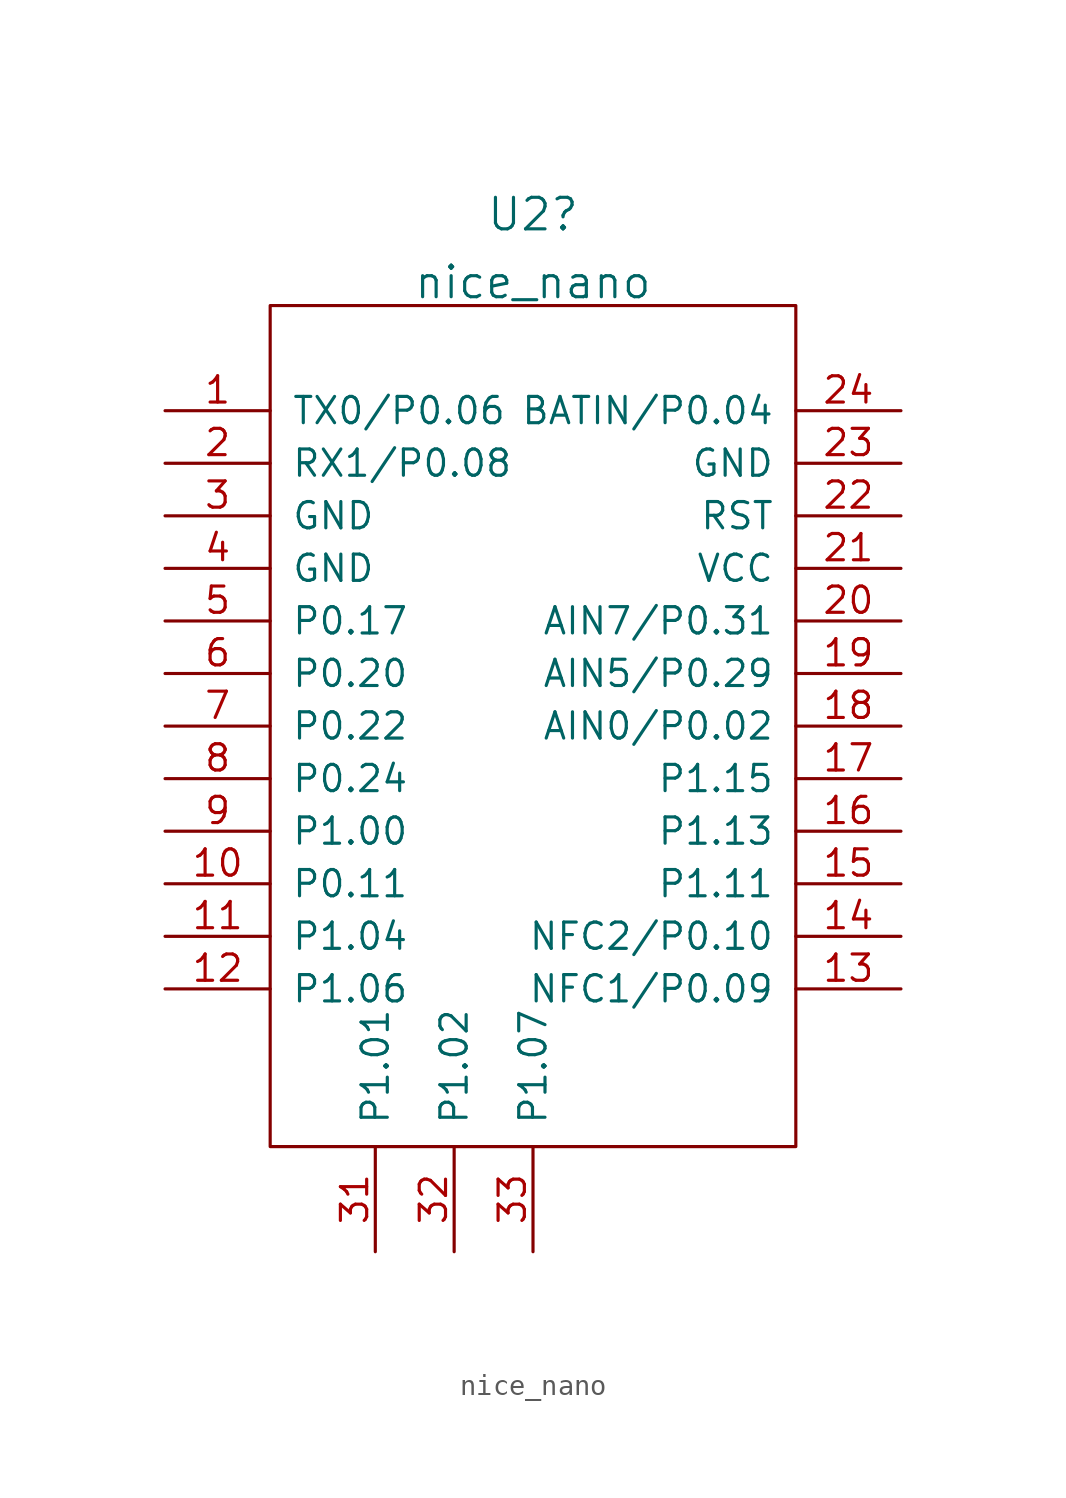
<source format=kicad_sym>
(kicad_symbol_lib
  (version 20220914)
  (generator kicad_symbol_editor)
  (symbol "nice_nano"
    (pin_names
      (offset 1.016))
    (property "Reference" "U2"
      (at 0 23.454 0)
      (effects (font (size 1.524 1.524))))
    (property "Value" "nice_nano"
      (at 0 20.175 0)
      (effects (font (size 1.524 1.524))))
    (symbol "nice_nano_0_1"
      (rectangle (start -12.7 -21.59) (end 12.7 19.05) (stroke (width 0) (type default)) (fill (type none))))
    (symbol "nice_nano_1_1"
      (pin input line (at -17.78 13.97 0) (length 5.08) (name "TX0/P0.06" (effects (font (size 1.27 1.27)))) (number "1" (effects (font (size 1.27 1.27)))))
      (pin input line (at -17.78 -8.89 0) (length 5.08) (name "P0.11" (effects (font (size 1.27 1.27)))) (number "10" (effects (font (size 1.27 1.27)))))
      (pin input line (at -17.78 -11.43 0) (length 5.08) (name "P1.04" (effects (font (size 1.27 1.27)))) (number "11" (effects (font (size 1.27 1.27)))))
      (pin input line (at -17.78 -13.97 0) (length 5.08) (name "P1.06" (effects (font (size 1.27 1.27)))) (number "12" (effects (font (size 1.27 1.27)))))
      (pin input line (at 17.78 -13.97 180) (length 5.08) (name "NFC1/P0.09" (effects (font (size 1.27 1.27)))) (number "13" (effects (font (size 1.27 1.27)))))
      (pin input line (at 17.78 -11.43 180) (length 5.08) (name "NFC2/P0.10" (effects (font (size 1.27 1.27)))) (number "14" (effects (font (size 1.27 1.27)))))
      (pin input line (at 17.78 -8.89 180) (length 5.08) (name "P1.11" (effects (font (size 1.27 1.27)))) (number "15" (effects (font (size 1.27 1.27)))))
      (pin input line (at 17.78 -6.35 180) (length 5.08) (name "P1.13" (effects (font (size 1.27 1.27)))) (number "16" (effects (font (size 1.27 1.27)))))
      (pin input line (at 17.78 -3.81 180) (length 5.08) (name "P1.15" (effects (font (size 1.27 1.27)))) (number "17" (effects (font (size 1.27 1.27)))))
      (pin input line (at 17.78 -1.27 180) (length 5.08) (name "AIN0/P0.02" (effects (font (size 1.27 1.27)))) (number "18" (effects (font (size 1.27 1.27)))))
      (pin input line (at 17.78 1.27 180) (length 5.08) (name "AIN5/P0.29" (effects (font (size 1.27 1.27)))) (number "19" (effects (font (size 1.27 1.27)))))
      (pin input line (at -17.78 11.43 0) (length 5.08) (name "RX1/P0.08" (effects (font (size 1.27 1.27)))) (number "2" (effects (font (size 1.27 1.27)))))
      (pin input line (at 17.78 3.81 180) (length 5.08) (name "AIN7/P0.31" (effects (font (size 1.27 1.27)))) (number "20" (effects (font (size 1.27 1.27)))))
      (pin input line (at 17.78 6.35 180) (length 5.08) (name "VCC" (effects (font (size 1.27 1.27)))) (number "21" (effects (font (size 1.27 1.27)))))
      (pin input line (at 17.78 8.89 180) (length 5.08) (name "RST" (effects (font (size 1.27 1.27)))) (number "22" (effects (font (size 1.27 1.27)))))
      (pin input line (at 17.78 11.43 180) (length 5.08) (name "GND" (effects (font (size 1.27 1.27)))) (number "23" (effects (font (size 1.27 1.27)))))
      (pin input line (at 17.78 13.97 180) (length 5.08) (name "BATIN/P0.04" (effects (font (size 1.27 1.27)))) (number "24" (effects (font (size 1.27 1.27)))))
      (pin input line (at -17.78 8.89 0) (length 5.08) (name "GND" (effects (font (size 1.27 1.27)))) (number "3" (effects (font (size 1.27 1.27)))))
      (pin input line (at -7.62 -26.67 90) (length 5.08) (name "P1.01" (effects (font (size 1.27 1.27)))) (number "31" (effects (font (size 1.27 1.27)))))
      (pin input line (at -3.81 -26.67 90) (length 5.08) (name "P1.02" (effects (font (size 1.27 1.27)))) (number "32" (effects (font (size 1.27 1.27)))))
      (pin input line (at 0 -26.67 90) (length 5.08) (name "P1.07" (effects (font (size 1.27 1.27)))) (number "33" (effects (font (size 1.27 1.27)))))
      (pin input line (at -17.78 6.35 0) (length 5.08) (name "GND" (effects (font (size 1.27 1.27)))) (number "4" (effects (font (size 1.27 1.27)))))
      (pin input line (at -17.78 3.81 0) (length 5.08) (name "P0.17" (effects (font (size 1.27 1.27)))) (number "5" (effects (font (size 1.27 1.27)))))
      (pin input line (at -17.78 1.27 0) (length 5.08) (name "P0.20" (effects (font (size 1.27 1.27)))) (number "6" (effects (font (size 1.27 1.27)))))
      (pin input line (at -17.78 -1.27 0) (length 5.08) (name "P0.22" (effects (font (size 1.27 1.27)))) (number "7" (effects (font (size 1.27 1.27)))))
      (pin input line (at -17.78 -3.81 0) (length 5.08) (name "P0.24" (effects (font (size 1.27 1.27)))) (number "8" (effects (font (size 1.27 1.27)))))
      (pin input line (at -17.78 -6.35 0) (length 5.08) (name "P1.00" (effects (font (size 1.27 1.27)))) (number "9" (effects (font (size 1.27 1.27))))))))
</source>
